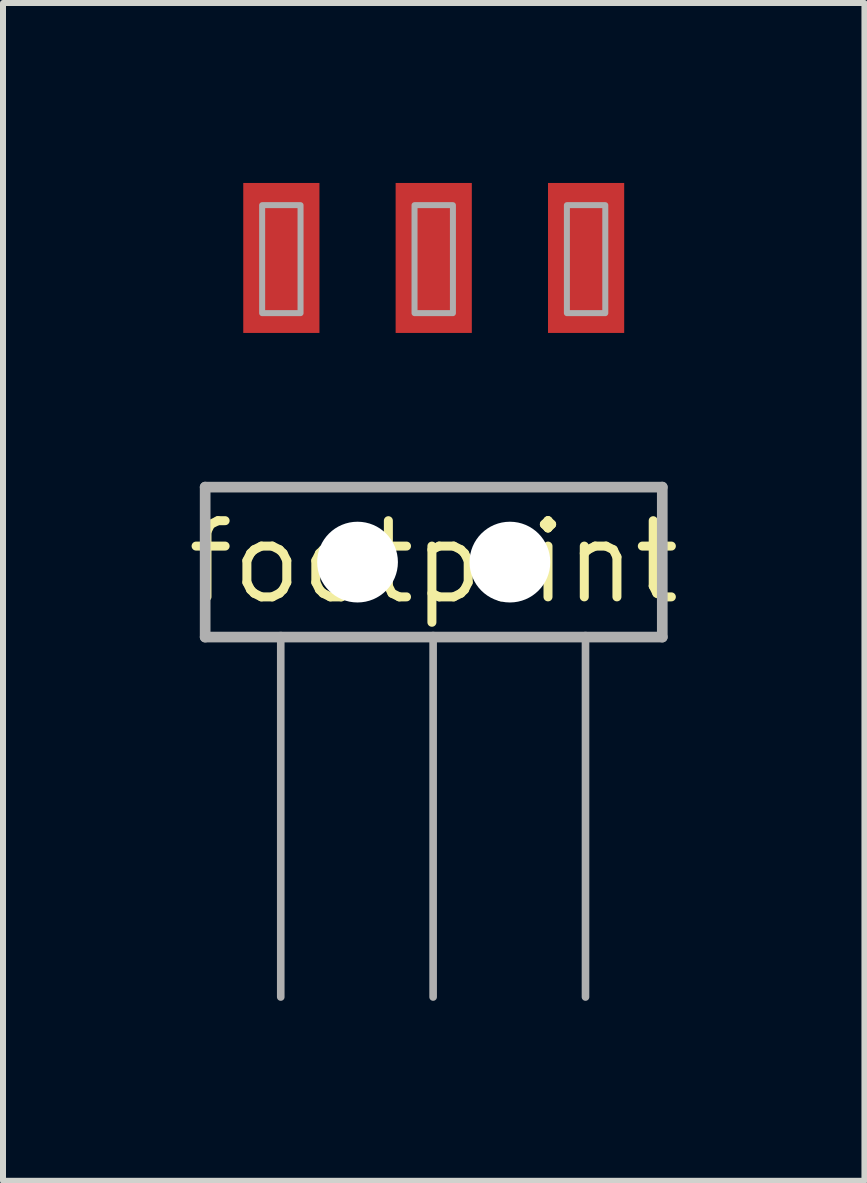
<source format=kicad_pcb>
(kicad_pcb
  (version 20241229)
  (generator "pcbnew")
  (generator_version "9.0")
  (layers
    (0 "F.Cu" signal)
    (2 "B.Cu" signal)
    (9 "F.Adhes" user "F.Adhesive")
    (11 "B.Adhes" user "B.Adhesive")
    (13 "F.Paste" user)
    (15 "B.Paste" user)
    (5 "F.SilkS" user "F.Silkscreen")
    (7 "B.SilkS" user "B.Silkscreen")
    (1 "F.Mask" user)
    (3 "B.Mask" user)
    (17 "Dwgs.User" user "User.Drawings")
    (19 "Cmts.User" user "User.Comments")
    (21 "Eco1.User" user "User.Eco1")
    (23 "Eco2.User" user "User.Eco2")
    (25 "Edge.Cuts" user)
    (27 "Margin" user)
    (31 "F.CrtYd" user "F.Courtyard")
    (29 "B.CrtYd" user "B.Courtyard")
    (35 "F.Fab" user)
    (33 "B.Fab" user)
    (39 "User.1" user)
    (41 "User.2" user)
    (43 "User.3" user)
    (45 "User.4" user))
  (footprint "footprint"
    (layer "F.Cu")
    (at 4.18 6.32)
    (property "Reference" "footprint" (at 0 0 0) (layer "F.SilkS") (effects (font (size 1.27 1.27) (thickness 0.15))))
    (fp_line (start -3.81 -1.25) (end -3.81 1.25) (stroke (width 0.178) (type solid)) (layer "F.Fab"))
    (fp_line (start -2.55 1.25) (end -3.81 1.25) (stroke (width 0.178) (type solid)) (layer "F.Fab"))
    (fp_line (start -2.55 1.25) (end -2.55 7.25) (stroke (width 0.127) (type solid)) (layer "F.Fab"))
    (fp_line (start -0.01 1.25) (end -2.55 1.25) (stroke (width 0.178) (type solid)) (layer "F.Fab"))
    (fp_line (start -0.01 1.25) (end -0.01 7.25) (stroke (width 0.127) (type solid)) (layer "F.Fab"))
    (fp_line (start 2.53 1.25) (end -0.01 1.25) (stroke (width 0.178) (type solid)) (layer "F.Fab"))
    (fp_line (start 2.53 1.25) (end 2.53 7.25) (stroke (width 0.127) (type solid)) (layer "F.Fab"))
    (fp_line (start 3.81 -1.25) (end -3.81 -1.25) (stroke (width 0.178) (type solid)) (layer "F.Fab"))
    (fp_line (start 3.81 1.25) (end 2.53 1.25) (stroke (width 0.178) (type solid)) (layer "F.Fab"))
    (fp_line (start 3.81 1.25) (end 3.81 -1.25) (stroke (width 0.178) (type solid)) (layer "F.Fab"))
    (fp_poly (pts (xy -2.86 -4.15) (xy -2.22 -4.15) (xy -2.22 -5.95) (xy -2.86 -5.95)) (stroke (width 0.1) (type solid)) (fill no) (layer "F.Fab"))
    (fp_poly (pts (xy -0.32 -4.15) (xy 0.32 -4.15) (xy 0.32 -5.95) (xy -0.32 -5.95)) (stroke (width 0.1) (type solid)) (fill no) (layer "F.Fab"))
    (fp_poly (pts (xy 2.22 -4.15) (xy 2.86 -4.15) (xy 2.86 -5.95) (xy 2.22 -5.95)) (stroke (width 0.1) (type solid)) (fill no) (layer "F.Fab"))
    (pad "" np_thru_hole circle (at -1.27 0) (size 1.346 1.346) (drill 1.346) (layers "*.Cu" "*.Mask"))
    (pad "" np_thru_hole circle (at 1.27 0) (size 1.346 1.346) (drill 1.346) (layers "*.Cu" "*.Mask"))
    (pad "1" smd rect (at -2.54 -5.07 90) (size 2.5 1.27) (layers "F.Cu" "F.Mask" "F.Paste"))
    (pad "2" smd rect (at 0 -5.07 90) (size 2.5 1.27) (layers "F.Cu" "F.Mask" "F.Paste"))
    (pad "3" smd rect (at 2.54 -5.07 90) (size 2.5 1.27) (layers "F.Cu" "F.Mask" "F.Paste")))
  (gr_rect
    (start -3 -3)
    (end 11.36 16.634)
    (stroke (width 0.1) (type default))
    (fill no)
    (layer "Edge.Cuts")))
</source>
